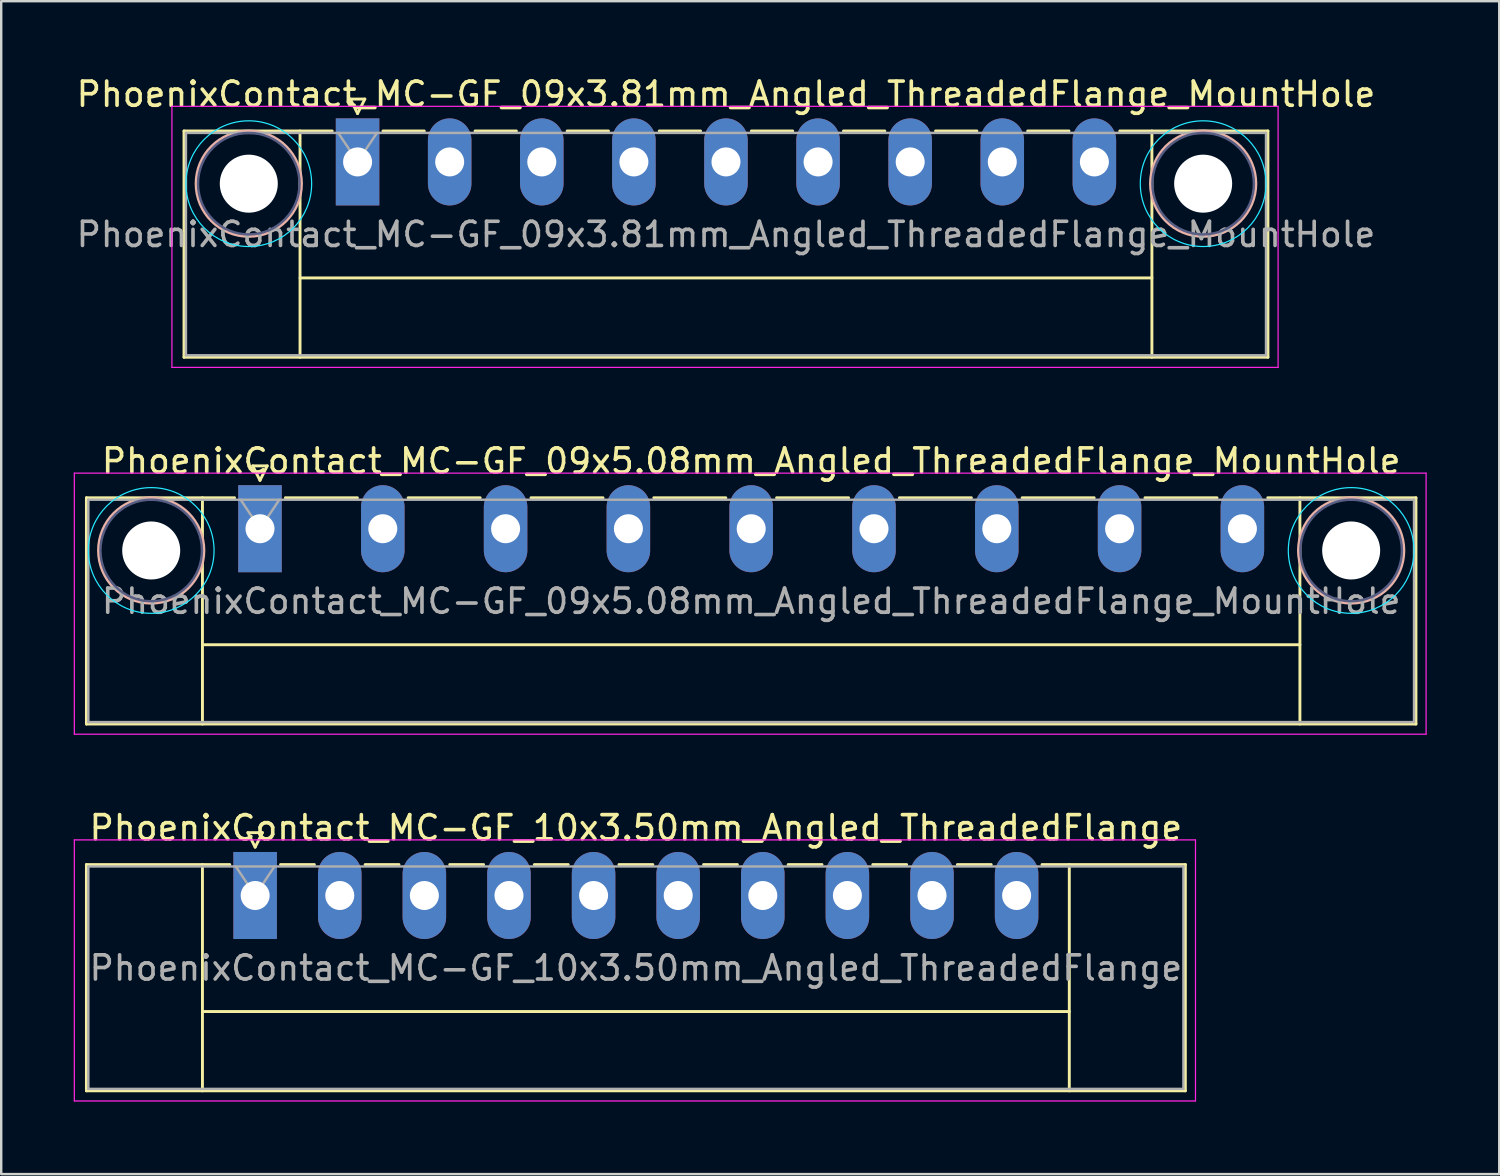
<source format=kicad_pcb>
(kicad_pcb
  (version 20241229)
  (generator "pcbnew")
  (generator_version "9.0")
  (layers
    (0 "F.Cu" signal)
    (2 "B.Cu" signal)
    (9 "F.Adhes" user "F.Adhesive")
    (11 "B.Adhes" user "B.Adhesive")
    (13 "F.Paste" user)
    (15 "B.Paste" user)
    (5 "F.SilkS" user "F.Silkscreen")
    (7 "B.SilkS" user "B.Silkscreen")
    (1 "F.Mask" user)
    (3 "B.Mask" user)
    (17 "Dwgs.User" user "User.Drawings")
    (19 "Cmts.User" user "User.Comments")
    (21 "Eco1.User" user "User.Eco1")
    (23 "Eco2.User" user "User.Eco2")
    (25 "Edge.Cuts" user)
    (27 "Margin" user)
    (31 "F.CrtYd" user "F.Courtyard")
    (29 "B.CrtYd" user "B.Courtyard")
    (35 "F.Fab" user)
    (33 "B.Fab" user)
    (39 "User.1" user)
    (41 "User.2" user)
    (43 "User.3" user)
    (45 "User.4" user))
  (footprint "PhoenixContact_MC-GF_10x3.50mm_Angled_ThreadedFlange"
    (layer "F.Cu")
    (at 7.505 33.995)
    (property "Reference" "PhoenixContact_MC-GF_10x3.50mm_Angled_ThreadedFlange" (at 15.75 -2.8 0) (layer "F.SilkS") (effects (font (size 1 1) (thickness 0.15))))
    (attr through_hole)
    (fp_line (start -6.98 -1.28) (end -6.98 8.08) (stroke (width 0.12) (type solid)) (layer "F.SilkS"))
    (fp_line (start -6.98 -1.28) (end -1.05 -1.28) (stroke (width 0.12) (type solid)) (layer "F.SilkS"))
    (fp_line (start -6.98 8.08) (end 38.48 8.08) (stroke (width 0.12) (type solid)) (layer "F.SilkS"))
    (fp_line (start -2.18 -1.28) (end -2.18 8.08) (stroke (width 0.12) (type solid)) (layer "F.SilkS"))
    (fp_line (start -2.18 4.8) (end 33.68 4.8) (stroke (width 0.12) (type solid)) (layer "F.SilkS"))
    (fp_line (start -0.3 -2.6) (end 0.3 -2.6) (stroke (width 0.12) (type solid)) (layer "F.SilkS"))
    (fp_line (start 0 -2) (end -0.3 -2.6) (stroke (width 0.12) (type solid)) (layer "F.SilkS"))
    (fp_line (start 0.3 -2.6) (end 0 -2) (stroke (width 0.12) (type solid)) (layer "F.SilkS"))
    (fp_line (start 1.05 -1.28) (end 2.45 -1.28) (stroke (width 0.12) (type solid)) (layer "F.SilkS"))
    (fp_line (start 4.55 -1.28) (end 5.95 -1.28) (stroke (width 0.12) (type solid)) (layer "F.SilkS"))
    (fp_line (start 8.05 -1.28) (end 9.45 -1.28) (stroke (width 0.12) (type solid)) (layer "F.SilkS"))
    (fp_line (start 11.55 -1.28) (end 12.95 -1.28) (stroke (width 0.12) (type solid)) (layer "F.SilkS"))
    (fp_line (start 15.05 -1.28) (end 16.45 -1.28) (stroke (width 0.12) (type solid)) (layer "F.SilkS"))
    (fp_line (start 18.55 -1.28) (end 19.95 -1.28) (stroke (width 0.12) (type solid)) (layer "F.SilkS"))
    (fp_line (start 22.05 -1.28) (end 23.45 -1.28) (stroke (width 0.12) (type solid)) (layer "F.SilkS"))
    (fp_line (start 25.55 -1.28) (end 26.95 -1.28) (stroke (width 0.12) (type solid)) (layer "F.SilkS"))
    (fp_line (start 29.05 -1.28) (end 30.45 -1.28) (stroke (width 0.12) (type solid)) (layer "F.SilkS"))
    (fp_line (start 33.68 -1.28) (end 33.68 8.08) (stroke (width 0.12) (type solid)) (layer "F.SilkS"))
    (fp_line (start 38.48 -1.28) (end 32.55 -1.28) (stroke (width 0.12) (type solid)) (layer "F.SilkS"))
    (fp_line (start 38.48 8.08) (end 38.48 -1.28) (stroke (width 0.12) (type solid)) (layer "F.SilkS"))
    (fp_line (start -7.48 -2.3) (end -7.48 8.5) (stroke (width 0.05) (type solid)) (layer "F.CrtYd"))
    (fp_line (start -7.48 8.5) (end 38.9 8.5) (stroke (width 0.05) (type solid)) (layer "F.CrtYd"))
    (fp_line (start 38.9 -2.3) (end -7.48 -2.3) (stroke (width 0.05) (type solid)) (layer "F.CrtYd"))
    (fp_line (start 38.9 8.5) (end 38.9 -2.3) (stroke (width 0.05) (type solid)) (layer "F.CrtYd"))
    (fp_line (start -6.9 -1.2) (end -6.9 8) (stroke (width 0.1) (type solid)) (layer "F.Fab"))
    (fp_line (start -6.9 8) (end 38.4 8) (stroke (width 0.1) (type solid)) (layer "F.Fab"))
    (fp_line (start 0 0) (end -0.8 -1.2) (stroke (width 0.1) (type solid)) (layer "F.Fab"))
    (fp_line (start 0.8 -1.2) (end 0 0) (stroke (width 0.1) (type solid)) (layer "F.Fab"))
    (fp_line (start 38.4 -1.2) (end -6.9 -1.2) (stroke (width 0.1) (type solid)) (layer "F.Fab"))
    (fp_line (start 38.4 8) (end 38.4 -1.2) (stroke (width 0.1) (type solid)) (layer "F.Fab"))
    (fp_text user "${REFERENCE}" (at 15.75 3 0) (layer "F.Fab") (effects (font (size 1 1) (thickness 0.15))))
    (pad "1" thru_hole rect (at 0 0) (size 1.8 3.6) (drill 1.2) (layers "*.Cu" "*.Mask"))
    (pad "2" thru_hole oval (at 3.5 0) (size 1.8 3.6) (drill 1.2) (layers "*.Cu" "*.Mask"))
    (pad "3" thru_hole oval (at 7 0) (size 1.8 3.6) (drill 1.2) (layers "*.Cu" "*.Mask"))
    (pad "4" thru_hole oval (at 10.5 0) (size 1.8 3.6) (drill 1.2) (layers "*.Cu" "*.Mask"))
    (pad "5" thru_hole oval (at 14 0) (size 1.8 3.6) (drill 1.2) (layers "*.Cu" "*.Mask"))
    (pad "6" thru_hole oval (at 17.5 0) (size 1.8 3.6) (drill 1.2) (layers "*.Cu" "*.Mask"))
    (pad "7" thru_hole oval (at 21 0) (size 1.8 3.6) (drill 1.2) (layers "*.Cu" "*.Mask"))
    (pad "8" thru_hole oval (at 24.5 0) (size 1.8 3.6) (drill 1.2) (layers "*.Cu" "*.Mask"))
    (pad "9" thru_hole oval (at 28 0) (size 1.8 3.6) (drill 1.2) (layers "*.Cu" "*.Mask"))
    (pad "10" thru_hole oval (at 31.5 0) (size 1.8 3.6) (drill 1.2) (layers "*.Cu" "*.Mask")))
  (footprint "PhoenixContact_MC-GF_09x3.81mm_Angled_ThreadedFlange_MountHole"
    (layer "F.Cu")
    (at 11.742 3.648)
    (property "Reference" "PhoenixContact_MC-GF_09x3.81mm_Angled_ThreadedFlange_MountHole" (at 15.24 -2.8 0) (layer "F.SilkS") (effects (font (size 1 1) (thickness 0.15))))
    (attr through_hole)
    (fp_line (start -7.18 -1.28) (end -7.18 8.08) (stroke (width 0.12) (type solid)) (layer "F.SilkS"))
    (fp_line (start -7.18 -1.28) (end -1.05 -1.28) (stroke (width 0.12) (type solid)) (layer "F.SilkS"))
    (fp_line (start -7.18 8.08) (end 37.66 8.08) (stroke (width 0.12) (type solid)) (layer "F.SilkS"))
    (fp_line (start -2.38 -1.28) (end -2.38 8.08) (stroke (width 0.12) (type solid)) (layer "F.SilkS"))
    (fp_line (start -2.38 4.8) (end 32.86 4.8) (stroke (width 0.12) (type solid)) (layer "F.SilkS"))
    (fp_line (start -0.3 -2.6) (end 0.3 -2.6) (stroke (width 0.12) (type solid)) (layer "F.SilkS"))
    (fp_line (start 0 -2) (end -0.3 -2.6) (stroke (width 0.12) (type solid)) (layer "F.SilkS"))
    (fp_line (start 0.3 -2.6) (end 0 -2) (stroke (width 0.12) (type solid)) (layer "F.SilkS"))
    (fp_line (start 1.05 -1.28) (end 2.76 -1.28) (stroke (width 0.12) (type solid)) (layer "F.SilkS"))
    (fp_line (start 4.86 -1.28) (end 6.57 -1.28) (stroke (width 0.12) (type solid)) (layer "F.SilkS"))
    (fp_line (start 8.67 -1.28) (end 10.38 -1.28) (stroke (width 0.12) (type solid)) (layer "F.SilkS"))
    (fp_line (start 12.48 -1.28) (end 14.19 -1.28) (stroke (width 0.12) (type solid)) (layer "F.SilkS"))
    (fp_line (start 16.29 -1.28) (end 18 -1.28) (stroke (width 0.12) (type solid)) (layer "F.SilkS"))
    (fp_line (start 20.1 -1.28) (end 21.81 -1.28) (stroke (width 0.12) (type solid)) (layer "F.SilkS"))
    (fp_line (start 23.91 -1.28) (end 25.62 -1.28) (stroke (width 0.12) (type solid)) (layer "F.SilkS"))
    (fp_line (start 27.72 -1.28) (end 29.43 -1.28) (stroke (width 0.12) (type solid)) (layer "F.SilkS"))
    (fp_line (start 32.86 -1.28) (end 32.86 8.08) (stroke (width 0.12) (type solid)) (layer "F.SilkS"))
    (fp_line (start 37.66 -1.28) (end 31.53 -1.28) (stroke (width 0.12) (type solid)) (layer "F.SilkS"))
    (fp_line (start 37.66 8.08) (end 37.66 -1.28) (stroke (width 0.12) (type solid)) (layer "F.SilkS"))
    (fp_circle (center -4.5 0.9) (end -2.32 0.9) (stroke (width 0.12) (type solid)) (fill no) (layer "B.SilkS"))
    (fp_circle (center 34.98 0.9) (end 37.16 0.9) (stroke (width 0.12) (type solid)) (fill no) (layer "B.SilkS"))
    (fp_circle (center -4.5 0.9) (end -1.9 0.9) (stroke (width 0.05) (type solid)) (fill no) (layer "B.CrtYd"))
    (fp_circle (center 34.98 0.9) (end 37.58 0.9) (stroke (width 0.05) (type solid)) (fill no) (layer "B.CrtYd"))
    (fp_line (start -7.68 -2.3) (end -7.68 8.5) (stroke (width 0.05) (type solid)) (layer "F.CrtYd"))
    (fp_line (start -7.68 8.5) (end 38.08 8.5) (stroke (width 0.05) (type solid)) (layer "F.CrtYd"))
    (fp_line (start 38.08 -2.3) (end -7.68 -2.3) (stroke (width 0.05) (type solid)) (layer "F.CrtYd"))
    (fp_line (start 38.08 8.5) (end 38.08 -2.3) (stroke (width 0.05) (type solid)) (layer "F.CrtYd"))
    (fp_circle (center -4.5 0.9) (end -2.4 0.9) (stroke (width 0.1) (type solid)) (fill no) (layer "B.Fab"))
    (fp_circle (center 34.98 0.9) (end 37.08 0.9) (stroke (width 0.1) (type solid)) (fill no) (layer "B.Fab"))
    (fp_line (start -7.1 -1.2) (end -7.1 8) (stroke (width 0.1) (type solid)) (layer "F.Fab"))
    (fp_line (start -7.1 8) (end 37.58 8) (stroke (width 0.1) (type solid)) (layer "F.Fab"))
    (fp_line (start 0 0) (end -0.8 -1.2) (stroke (width 0.1) (type solid)) (layer "F.Fab"))
    (fp_line (start 0.8 -1.2) (end 0 0) (stroke (width 0.1) (type solid)) (layer "F.Fab"))
    (fp_line (start 37.58 -1.2) (end -7.1 -1.2) (stroke (width 0.1) (type solid)) (layer "F.Fab"))
    (fp_line (start 37.58 8) (end 37.58 -1.2) (stroke (width 0.1) (type solid)) (layer "F.Fab"))
    (fp_text user "${REFERENCE}" (at 15.24 3 0) (layer "F.Fab") (effects (font (size 1 1) (thickness 0.15))))
    (pad "" np_thru_hole circle (at -4.5 0.9) (size 2.4 2.4) (drill 2.4) (layers "*.Cu" "*.Mask"))
    (pad "" np_thru_hole circle (at 34.98 0.9) (size 2.4 2.4) (drill 2.4) (layers "*.Cu" "*.Mask"))
    (pad "1" thru_hole rect (at 0 0) (size 1.8 3.6) (drill 1.2) (layers "*.Cu" "*.Mask"))
    (pad "2" thru_hole oval (at 3.81 0) (size 1.8 3.6) (drill 1.2) (layers "*.Cu" "*.Mask"))
    (pad "3" thru_hole oval (at 7.62 0) (size 1.8 3.6) (drill 1.2) (layers "*.Cu" "*.Mask"))
    (pad "4" thru_hole oval (at 11.43 0) (size 1.8 3.6) (drill 1.2) (layers "*.Cu" "*.Mask"))
    (pad "5" thru_hole oval (at 15.24 0) (size 1.8 3.6) (drill 1.2) (layers "*.Cu" "*.Mask"))
    (pad "6" thru_hole oval (at 19.05 0) (size 1.8 3.6) (drill 1.2) (layers "*.Cu" "*.Mask"))
    (pad "7" thru_hole oval (at 22.86 0) (size 1.8 3.6) (drill 1.2) (layers "*.Cu" "*.Mask"))
    (pad "8" thru_hole oval (at 26.67 0) (size 1.8 3.6) (drill 1.2) (layers "*.Cu" "*.Mask"))
    (pad "9" thru_hole oval (at 30.48 0) (size 1.8 3.6) (drill 1.2) (layers "*.Cu" "*.Mask")))
  (footprint "PhoenixContact_MC-GF_09x5.08mm_Angled_ThreadedFlange_MountHole"
    (layer "F.Cu")
    (at 7.705 18.822)
    (property "Reference" "PhoenixContact_MC-GF_09x5.08mm_Angled_ThreadedFlange_MountHole" (at 20.32 -2.8 0) (layer "F.SilkS") (effects (font (size 1 1) (thickness 0.15))))
    (attr through_hole)
    (fp_line (start -7.18 -1.28) (end -7.18 8.08) (stroke (width 0.12) (type solid)) (layer "F.SilkS"))
    (fp_line (start -7.18 -1.28) (end -1.05 -1.28) (stroke (width 0.12) (type solid)) (layer "F.SilkS"))
    (fp_line (start -7.18 8.08) (end 47.82 8.08) (stroke (width 0.12) (type solid)) (layer "F.SilkS"))
    (fp_line (start -2.38 -1.28) (end -2.38 8.08) (stroke (width 0.12) (type solid)) (layer "F.SilkS"))
    (fp_line (start -2.38 4.8) (end 43.02 4.8) (stroke (width 0.12) (type solid)) (layer "F.SilkS"))
    (fp_line (start -0.3 -2.6) (end 0.3 -2.6) (stroke (width 0.12) (type solid)) (layer "F.SilkS"))
    (fp_line (start 0 -2) (end -0.3 -2.6) (stroke (width 0.12) (type solid)) (layer "F.SilkS"))
    (fp_line (start 0.3 -2.6) (end 0 -2) (stroke (width 0.12) (type solid)) (layer "F.SilkS"))
    (fp_line (start 1.05 -1.28) (end 4.03 -1.28) (stroke (width 0.12) (type solid)) (layer "F.SilkS"))
    (fp_line (start 6.13 -1.28) (end 9.11 -1.28) (stroke (width 0.12) (type solid)) (layer "F.SilkS"))
    (fp_line (start 11.21 -1.28) (end 14.19 -1.28) (stroke (width 0.12) (type solid)) (layer "F.SilkS"))
    (fp_line (start 16.29 -1.28) (end 19.27 -1.28) (stroke (width 0.12) (type solid)) (layer "F.SilkS"))
    (fp_line (start 21.37 -1.28) (end 24.35 -1.28) (stroke (width 0.12) (type solid)) (layer "F.SilkS"))
    (fp_line (start 26.45 -1.28) (end 29.43 -1.28) (stroke (width 0.12) (type solid)) (layer "F.SilkS"))
    (fp_line (start 31.53 -1.28) (end 34.51 -1.28) (stroke (width 0.12) (type solid)) (layer "F.SilkS"))
    (fp_line (start 36.61 -1.28) (end 39.59 -1.28) (stroke (width 0.12) (type solid)) (layer "F.SilkS"))
    (fp_line (start 43.02 -1.28) (end 43.02 8.08) (stroke (width 0.12) (type solid)) (layer "F.SilkS"))
    (fp_line (start 47.82 -1.28) (end 41.69 -1.28) (stroke (width 0.12) (type solid)) (layer "F.SilkS"))
    (fp_line (start 47.82 8.08) (end 47.82 -1.28) (stroke (width 0.12) (type solid)) (layer "F.SilkS"))
    (fp_circle (center -4.5 0.9) (end -2.32 0.9) (stroke (width 0.12) (type solid)) (fill no) (layer "B.SilkS"))
    (fp_circle (center 45.14 0.9) (end 47.32 0.9) (stroke (width 0.12) (type solid)) (fill no) (layer "B.SilkS"))
    (fp_circle (center -4.5 0.9) (end -1.9 0.9) (stroke (width 0.05) (type solid)) (fill no) (layer "B.CrtYd"))
    (fp_circle (center 45.14 0.9) (end 47.74 0.9) (stroke (width 0.05) (type solid)) (fill no) (layer "B.CrtYd"))
    (fp_line (start -7.68 -2.3) (end -7.68 8.5) (stroke (width 0.05) (type solid)) (layer "F.CrtYd"))
    (fp_line (start -7.68 8.5) (end 48.24 8.5) (stroke (width 0.05) (type solid)) (layer "F.CrtYd"))
    (fp_line (start 48.24 -2.3) (end -7.68 -2.3) (stroke (width 0.05) (type solid)) (layer "F.CrtYd"))
    (fp_line (start 48.24 8.5) (end 48.24 -2.3) (stroke (width 0.05) (type solid)) (layer "F.CrtYd"))
    (fp_circle (center -4.5 0.9) (end -2.4 0.9) (stroke (width 0.1) (type solid)) (fill no) (layer "B.Fab"))
    (fp_circle (center 45.14 0.9) (end 47.24 0.9) (stroke (width 0.1) (type solid)) (fill no) (layer "B.Fab"))
    (fp_line (start -7.1 -1.2) (end -7.1 8) (stroke (width 0.1) (type solid)) (layer "F.Fab"))
    (fp_line (start -7.1 8) (end 47.74 8) (stroke (width 0.1) (type solid)) (layer "F.Fab"))
    (fp_line (start 0 0) (end -0.8 -1.2) (stroke (width 0.1) (type solid)) (layer "F.Fab"))
    (fp_line (start 0.8 -1.2) (end 0 0) (stroke (width 0.1) (type solid)) (layer "F.Fab"))
    (fp_line (start 47.74 -1.2) (end -7.1 -1.2) (stroke (width 0.1) (type solid)) (layer "F.Fab"))
    (fp_line (start 47.74 8) (end 47.74 -1.2) (stroke (width 0.1) (type solid)) (layer "F.Fab"))
    (fp_text user "${REFERENCE}" (at 20.32 3 0) (layer "F.Fab") (effects (font (size 1 1) (thickness 0.15))))
    (pad "" np_thru_hole circle (at -4.5 0.9) (size 2.4 2.4) (drill 2.4) (layers "*.Cu" "*.Mask"))
    (pad "" np_thru_hole circle (at 45.14 0.9) (size 2.4 2.4) (drill 2.4) (layers "*.Cu" "*.Mask"))
    (pad "1" thru_hole rect (at 0 0) (size 1.8 3.6) (drill 1.2) (layers "*.Cu" "*.Mask"))
    (pad "2" thru_hole oval (at 5.08 0) (size 1.8 3.6) (drill 1.2) (layers "*.Cu" "*.Mask"))
    (pad "3" thru_hole oval (at 10.16 0) (size 1.8 3.6) (drill 1.2) (layers "*.Cu" "*.Mask"))
    (pad "4" thru_hole oval (at 15.24 0) (size 1.8 3.6) (drill 1.2) (layers "*.Cu" "*.Mask"))
    (pad "5" thru_hole oval (at 20.32 0) (size 1.8 3.6) (drill 1.2) (layers "*.Cu" "*.Mask"))
    (pad "6" thru_hole oval (at 25.4 0) (size 1.8 3.6) (drill 1.2) (layers "*.Cu" "*.Mask"))
    (pad "7" thru_hole oval (at 30.48 0) (size 1.8 3.6) (drill 1.2) (layers "*.Cu" "*.Mask"))
    (pad "8" thru_hole oval (at 35.56 0) (size 1.8 3.6) (drill 1.2) (layers "*.Cu" "*.Mask"))
    (pad "9" thru_hole oval (at 40.64 0) (size 1.8 3.6) (drill 1.2) (layers "*.Cu" "*.Mask")))
  (gr_rect
    (start -3 -3)
    (end 58.97 45.52)
    (stroke (width 0.1) (type default))
    (fill no)
    (layer "Edge.Cuts")))
</source>
